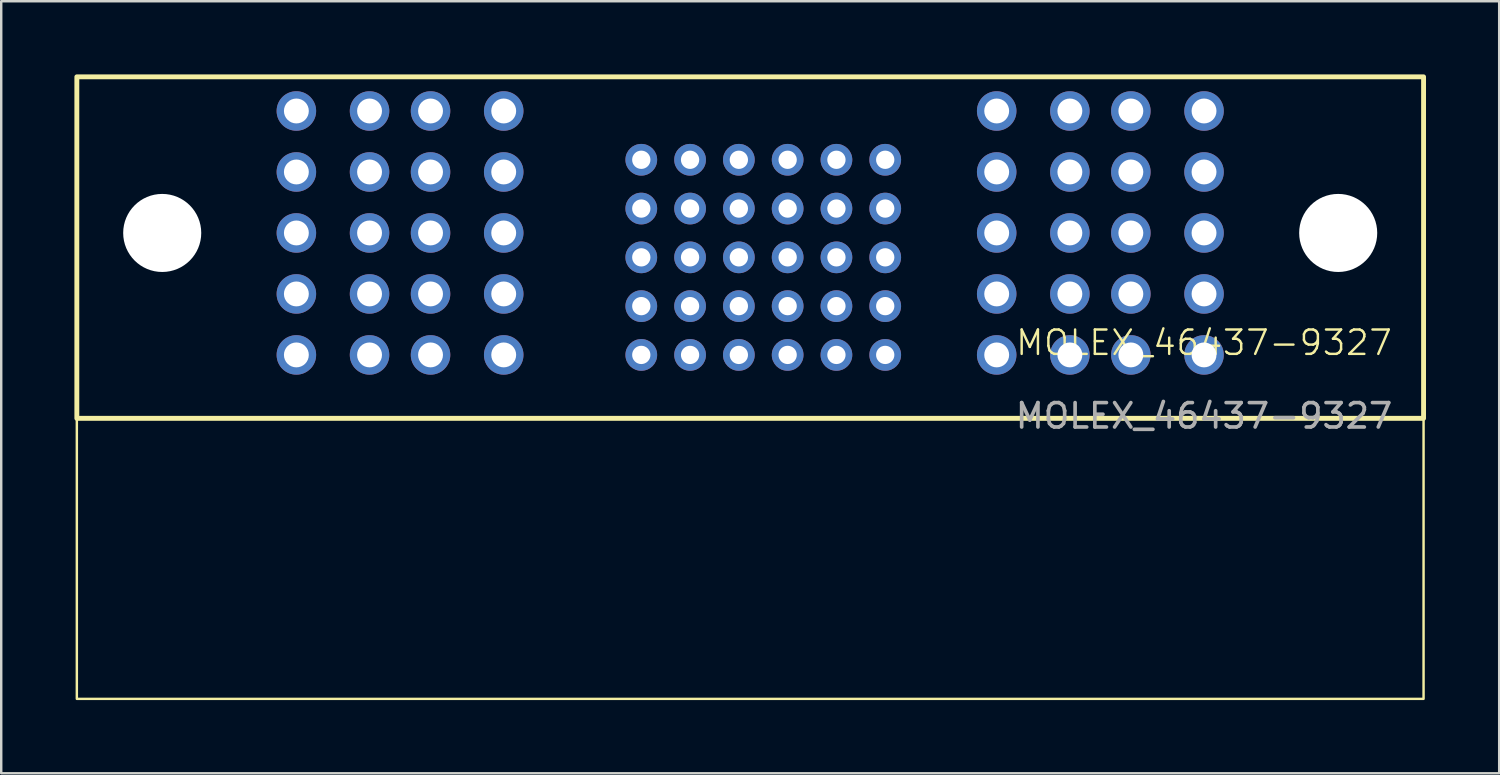
<source format=kicad_pcb>
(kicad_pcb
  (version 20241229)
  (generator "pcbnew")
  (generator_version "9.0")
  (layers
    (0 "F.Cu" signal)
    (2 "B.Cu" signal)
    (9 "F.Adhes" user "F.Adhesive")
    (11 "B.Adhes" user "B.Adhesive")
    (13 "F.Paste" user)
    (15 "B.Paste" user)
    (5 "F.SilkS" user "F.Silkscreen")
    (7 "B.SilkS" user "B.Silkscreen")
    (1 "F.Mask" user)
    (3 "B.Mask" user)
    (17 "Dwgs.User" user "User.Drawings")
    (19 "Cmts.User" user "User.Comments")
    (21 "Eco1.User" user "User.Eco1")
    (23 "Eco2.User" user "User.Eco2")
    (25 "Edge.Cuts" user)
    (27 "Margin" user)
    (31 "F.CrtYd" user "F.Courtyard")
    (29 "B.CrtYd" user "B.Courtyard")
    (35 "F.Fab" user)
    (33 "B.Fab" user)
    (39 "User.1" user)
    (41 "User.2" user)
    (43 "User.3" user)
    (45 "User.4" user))
  (footprint "MOLEX_46437-9327"
    (layer "F.Cu")
    (at 46.31 11.5)
    (property "Reference" "MOLEX_46437-9327" (at 0 -0.5 0) (unlocked yes) (layer "F.SilkS") (effects (font (size 1 1) (thickness 0.1))))
    (attr through_hole)
    (fp_rect (start -46.21 -11.4) (end 9 2.6) (stroke (width 0.2) (type default)) (fill no) (layer "F.SilkS"))
    (fp_rect (start -46.21 -11.4) (end 9 14.1) (stroke (width 0.1) (type default)) (fill no) (layer "F.SilkS"))
    (fp_text user "${REFERENCE}" (at 0 2.5 0) (unlocked yes) (layer "F.Fab") (effects (font (size 1 1) (thickness 0.15))))
    (pad "" np_thru_hole circle (at -42.71 -5) (size 3.2 3.2) (drill 3.2) (layers "*.Cu" "*.Mask"))
    (pad "" np_thru_hole circle (at 5.5 -5) (size 3.2 3.2) (drill 3.2) (layers "*.Cu" "*.Mask"))
    (pad "A1" thru_hole circle (at -23.07 0) (size 1.3 1.3) (drill 0.75) (layers "*.Cu" "*.Mask"))
    (pad "A2" thru_hole circle (at -21.07 0) (size 1.3 1.3) (drill 0.75) (layers "*.Cu" "*.Mask"))
    (pad "A3" thru_hole circle (at -19.07 0) (size 1.3 1.3) (drill 0.75) (layers "*.Cu" "*.Mask"))
    (pad "A4" thru_hole circle (at -17.07 0) (size 1.3 1.3) (drill 0.75) (layers "*.Cu" "*.Mask"))
    (pad "A5" thru_hole circle (at -15.07 0) (size 1.3 1.3) (drill 0.75) (layers "*.Cu" "*.Mask"))
    (pad "A6" thru_hole circle (at -13.07 0) (size 1.3 1.3) (drill 0.75) (layers "*.Cu" "*.Mask"))
    (pad "B1" thru_hole circle (at -23.07 -2) (size 1.3 1.3) (drill 0.75) (layers "*.Cu" "*.Mask"))
    (pad "B2" thru_hole circle (at -21.07 -2) (size 1.3 1.3) (drill 0.75) (layers "*.Cu" "*.Mask"))
    (pad "B3" thru_hole circle (at -19.07 -2) (size 1.3 1.3) (drill 0.75) (layers "*.Cu" "*.Mask"))
    (pad "B4" thru_hole circle (at -17.07 -2) (size 1.3 1.3) (drill 0.75) (layers "*.Cu" "*.Mask"))
    (pad "B5" thru_hole circle (at -15.07 -2) (size 1.3 1.3) (drill 0.75) (layers "*.Cu" "*.Mask"))
    (pad "B6" thru_hole circle (at -13.07 -2) (size 1.3 1.3) (drill 0.75) (layers "*.Cu" "*.Mask"))
    (pad "C1" thru_hole circle (at -23.07 -4) (size 1.3 1.3) (drill 0.75) (layers "*.Cu" "*.Mask"))
    (pad "C2" thru_hole circle (at -21.07 -4) (size 1.3 1.3) (drill 0.75) (layers "*.Cu" "*.Mask"))
    (pad "C3" thru_hole circle (at -19.07 -4) (size 1.3 1.3) (drill 0.75) (layers "*.Cu" "*.Mask"))
    (pad "C4" thru_hole circle (at -17.07 -4) (size 1.3 1.3) (drill 0.75) (layers "*.Cu" "*.Mask"))
    (pad "C5" thru_hole circle (at -15.07 -4) (size 1.3 1.3) (drill 0.75) (layers "*.Cu" "*.Mask"))
    (pad "C6" thru_hole circle (at -13.07 -4) (size 1.3 1.3) (drill 0.75) (layers "*.Cu" "*.Mask"))
    (pad "D1" thru_hole circle (at -23.07 -6) (size 1.3 1.3) (drill 0.75) (layers "*.Cu" "*.Mask"))
    (pad "D2" thru_hole circle (at -21.07 -6) (size 1.3 1.3) (drill 0.75) (layers "*.Cu" "*.Mask"))
    (pad "D3" thru_hole circle (at -19.07 -6) (size 1.3 1.3) (drill 0.75) (layers "*.Cu" "*.Mask"))
    (pad "D4" thru_hole circle (at -17.07 -6) (size 1.3 1.3) (drill 0.75) (layers "*.Cu" "*.Mask"))
    (pad "D5" thru_hole circle (at -15.07 -6) (size 1.3 1.3) (drill 0.75) (layers "*.Cu" "*.Mask"))
    (pad "D6" thru_hole circle (at -13.07 -6) (size 1.3 1.3) (drill 0.75) (layers "*.Cu" "*.Mask"))
    (pad "E1" thru_hole circle (at -23.07 -8) (size 1.3 1.3) (drill 0.75) (layers "*.Cu" "*.Mask"))
    (pad "E2" thru_hole circle (at -21.07 -8) (size 1.3 1.3) (drill 0.75) (layers "*.Cu" "*.Mask"))
    (pad "E3" thru_hole circle (at -19.07 -8) (size 1.3 1.3) (drill 0.75) (layers "*.Cu" "*.Mask"))
    (pad "E4" thru_hole circle (at -17.07 -8) (size 1.3 1.3) (drill 0.75) (layers "*.Cu" "*.Mask"))
    (pad "E5" thru_hole circle (at -15.07 -8) (size 1.3 1.3) (drill 0.75) (layers "*.Cu" "*.Mask"))
    (pad "E6" thru_hole circle (at -13.07 -8) (size 1.3 1.3) (drill 0.75) (layers "*.Cu" "*.Mask"))
    (pad "P1" thru_hole circle (at -37.21 -10) (size 1.62 1.62) (drill 1.02) (layers "*.Cu" "*.Mask"))
    (pad "P1" thru_hole circle (at -37.21 -7.5) (size 1.62 1.62) (drill 1.02) (layers "*.Cu" "*.Mask"))
    (pad "P1" thru_hole circle (at -37.21 -5) (size 1.62 1.62) (drill 1.02) (layers "*.Cu" "*.Mask"))
    (pad "P1" thru_hole circle (at -37.21 -2.5) (size 1.62 1.62) (drill 1.02) (layers "*.Cu" "*.Mask"))
    (pad "P1" thru_hole circle (at -37.21 0) (size 1.62 1.62) (drill 1.02) (layers "*.Cu" "*.Mask"))
    (pad "P1" thru_hole circle (at -34.21 -10) (size 1.62 1.62) (drill 1.02) (layers "*.Cu" "*.Mask"))
    (pad "P1" thru_hole circle (at -34.21 -7.5) (size 1.62 1.62) (drill 1.02) (layers "*.Cu" "*.Mask"))
    (pad "P1" thru_hole circle (at -34.21 -5) (size 1.62 1.62) (drill 1.02) (layers "*.Cu" "*.Mask"))
    (pad "P1" thru_hole circle (at -34.21 -2.5) (size 1.62 1.62) (drill 1.02) (layers "*.Cu" "*.Mask"))
    (pad "P1" thru_hole circle (at -34.21 0) (size 1.62 1.62) (drill 1.02) (layers "*.Cu" "*.Mask"))
    (pad "P2" thru_hole circle (at -31.71 -10) (size 1.62 1.62) (drill 1.02) (layers "*.Cu" "*.Mask"))
    (pad "P2" thru_hole circle (at -31.71 -7.5) (size 1.62 1.62) (drill 1.02) (layers "*.Cu" "*.Mask"))
    (pad "P2" thru_hole circle (at -31.71 -5) (size 1.62 1.62) (drill 1.02) (layers "*.Cu" "*.Mask"))
    (pad "P2" thru_hole circle (at -31.71 -2.5) (size 1.62 1.62) (drill 1.02) (layers "*.Cu" "*.Mask"))
    (pad "P2" thru_hole circle (at -31.71 0) (size 1.62 1.62) (drill 1.02) (layers "*.Cu" "*.Mask"))
    (pad "P2" thru_hole circle (at -28.71 -10) (size 1.62 1.62) (drill 1.02) (layers "*.Cu" "*.Mask"))
    (pad "P2" thru_hole circle (at -28.71 -7.5) (size 1.62 1.62) (drill 1.02) (layers "*.Cu" "*.Mask"))
    (pad "P2" thru_hole circle (at -28.71 -5) (size 1.62 1.62) (drill 1.02) (layers "*.Cu" "*.Mask"))
    (pad "P2" thru_hole circle (at -28.71 -2.5) (size 1.62 1.62) (drill 1.02) (layers "*.Cu" "*.Mask"))
    (pad "P2" thru_hole circle (at -28.71 0) (size 1.62 1.62) (drill 1.02) (layers "*.Cu" "*.Mask"))
    (pad "P3" thru_hole circle (at -8.5 -10) (size 1.62 1.62) (drill 1.02) (layers "*.Cu" "*.Mask"))
    (pad "P3" thru_hole circle (at -8.5 -7.5) (size 1.62 1.62) (drill 1.02) (layers "*.Cu" "*.Mask"))
    (pad "P3" thru_hole circle (at -8.5 -5) (size 1.62 1.62) (drill 1.02) (layers "*.Cu" "*.Mask"))
    (pad "P3" thru_hole circle (at -8.5 -2.5) (size 1.62 1.62) (drill 1.02) (layers "*.Cu" "*.Mask"))
    (pad "P3" thru_hole circle (at -8.5 0) (size 1.62 1.62) (drill 1.02) (layers "*.Cu" "*.Mask"))
    (pad "P3" thru_hole circle (at -5.5 -10) (size 1.62 1.62) (drill 1.02) (layers "*.Cu" "*.Mask"))
    (pad "P3" thru_hole circle (at -5.5 -7.5) (size 1.62 1.62) (drill 1.02) (layers "*.Cu" "*.Mask"))
    (pad "P3" thru_hole circle (at -5.5 -5) (size 1.62 1.62) (drill 1.02) (layers "*.Cu" "*.Mask"))
    (pad "P3" thru_hole circle (at -5.5 -2.5) (size 1.62 1.62) (drill 1.02) (layers "*.Cu" "*.Mask"))
    (pad "P3" thru_hole circle (at -5.5 0) (size 1.62 1.62) (drill 1.02) (layers "*.Cu" "*.Mask"))
    (pad "P4" thru_hole circle (at -3 -10) (size 1.62 1.62) (drill 1.02) (layers "*.Cu" "*.Mask"))
    (pad "P4" thru_hole circle (at -3 -7.5) (size 1.62 1.62) (drill 1.02) (layers "*.Cu" "*.Mask"))
    (pad "P4" thru_hole circle (at -3 -5) (size 1.62 1.62) (drill 1.02) (layers "*.Cu" "*.Mask"))
    (pad "P4" thru_hole circle (at -3 -2.5) (size 1.62 1.62) (drill 1.02) (layers "*.Cu" "*.Mask"))
    (pad "P4" thru_hole circle (at -3 0) (size 1.62 1.62) (drill 1.02) (layers "*.Cu" "*.Mask"))
    (pad "P4" thru_hole circle (at 0 -10) (size 1.62 1.62) (drill 1.02) (layers "*.Cu" "*.Mask"))
    (pad "P4" thru_hole circle (at 0 -7.5) (size 1.62 1.62) (drill 1.02) (layers "*.Cu" "*.Mask"))
    (pad "P4" thru_hole circle (at 0 -5) (size 1.62 1.62) (drill 1.02) (layers "*.Cu" "*.Mask"))
    (pad "P4" thru_hole circle (at 0 -2.5) (size 1.62 1.62) (drill 1.02) (layers "*.Cu" "*.Mask"))
    (pad "P4" thru_hole circle (at 0 0) (size 1.62 1.62) (drill 1.02) (layers "*.Cu" "*.Mask")))
  (gr_rect
    (start -3 -3)
    (end 58.41 28.65)
    (stroke (width 0.1) (type default))
    (fill no)
    (layer "Edge.Cuts")))
</source>
